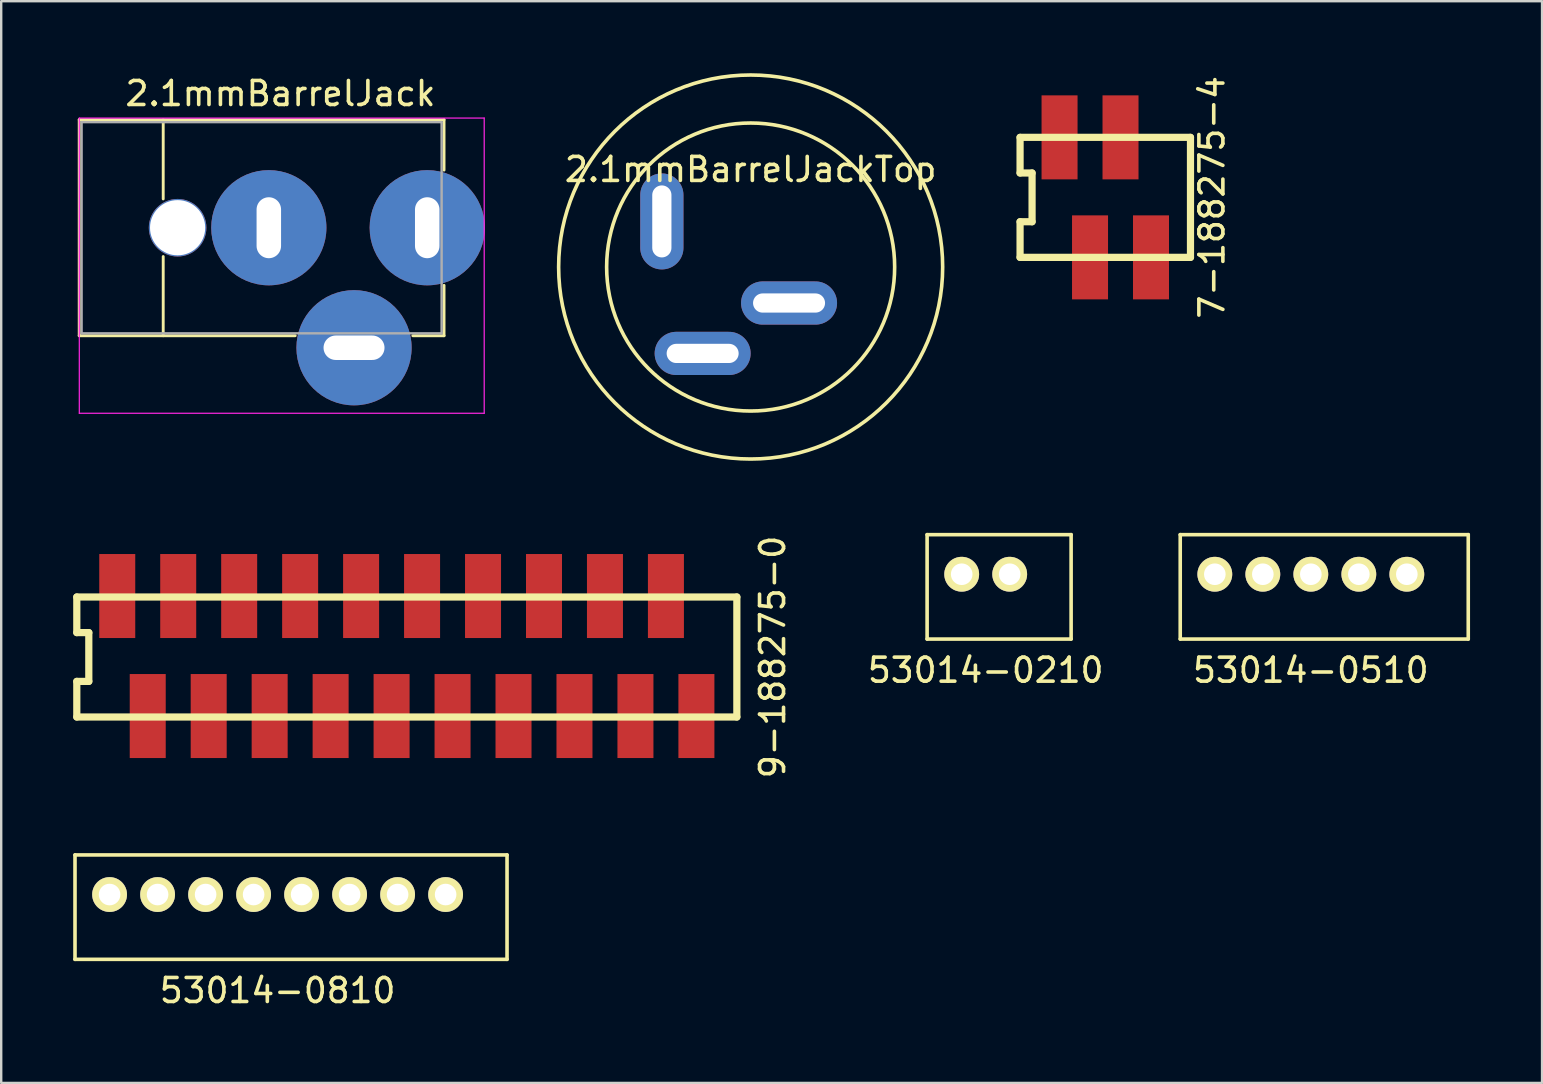
<source format=kicad_pcb>
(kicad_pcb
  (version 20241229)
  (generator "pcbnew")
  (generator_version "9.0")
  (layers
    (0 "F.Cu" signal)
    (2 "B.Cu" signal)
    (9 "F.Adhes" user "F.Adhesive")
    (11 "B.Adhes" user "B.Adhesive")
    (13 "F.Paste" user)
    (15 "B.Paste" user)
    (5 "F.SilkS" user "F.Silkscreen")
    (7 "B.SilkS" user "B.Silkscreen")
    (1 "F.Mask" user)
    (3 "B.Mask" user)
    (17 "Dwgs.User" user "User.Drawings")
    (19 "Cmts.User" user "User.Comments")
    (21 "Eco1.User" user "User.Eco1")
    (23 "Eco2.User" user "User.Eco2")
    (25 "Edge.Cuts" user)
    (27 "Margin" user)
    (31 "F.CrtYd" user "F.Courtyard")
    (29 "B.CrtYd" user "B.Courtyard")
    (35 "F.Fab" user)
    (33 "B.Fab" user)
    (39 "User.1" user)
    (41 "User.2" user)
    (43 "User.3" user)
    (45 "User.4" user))
  (footprint "7-188275-4"
    (layer "F.Cu")
    (at 43 5.173)
    (property "Reference" "7-188275-4" (at 4.445 0 90) (layer "F.SilkS") (effects (font (size 1 1) (thickness 0.15))))
    (attr through_hole)
    (fp_line (start -3.55 -2.5) (end 3.55 -2.5) (stroke (width 0.3) (type solid)) (layer "F.SilkS"))
    (fp_line (start -3.55 -1.016) (end -3.55 -2.5) (stroke (width 0.3) (type solid)) (layer "F.SilkS"))
    (fp_line (start -3.55 -1.016) (end -3.05 -1.016) (stroke (width 0.3) (type solid)) (layer "F.SilkS"))
    (fp_line (start -3.55 1.016) (end -3.55 2.5) (stroke (width 0.3) (type solid)) (layer "F.SilkS"))
    (fp_line (start -3.05 -1.016) (end -3.05 1.016) (stroke (width 0.3) (type solid)) (layer "F.SilkS"))
    (fp_line (start -3.05 1.016) (end -3.55 1.016) (stroke (width 0.3) (type solid)) (layer "F.SilkS"))
    (fp_line (start 3.55 -2.5) (end 3.55 2.5) (stroke (width 0.3) (type solid)) (layer "F.SilkS"))
    (fp_line (start 3.55 2.5) (end -3.55 2.5) (stroke (width 0.3) (type solid)) (layer "F.SilkS"))
    (pad "1" smd rect (at -1.905 -2.5) (size 1.5 3.5) (layers "F.Cu" "F.Mask" "F.Paste"))
    (pad "2" smd rect (at -0.635 2.5) (size 1.5 3.5) (layers "F.Cu" "F.Mask" "F.Paste"))
    (pad "3" smd rect (at 0.635 -2.5) (size 1.5 3.5) (layers "F.Cu" "F.Mask" "F.Paste"))
    (pad "4" smd rect (at 1.905 2.5) (size 1.5 3.5) (layers "F.Cu" "F.Mask" "F.Paste")))
  (footprint "53014-0810"
    (layer "F.Cu")
    (at 8.516 34.22)
    (property "Reference" "53014-0810" (at 0 4 0) (layer "F.SilkS") (effects (font (size 1 1) (thickness 0.15))))
    (attr through_hole)
    (fp_line (start -8.441 2.7) (end -8.441 -1.65) (stroke (width 0.15) (type solid)) (layer "F.SilkS"))
    (fp_line (start 9.559 -1.65) (end -8.441 -1.65) (stroke (width 0.15) (type solid)) (layer "F.SilkS"))
    (fp_line (start 9.559 -1.65) (end 9.559 2.7) (stroke (width 0.15) (type solid)) (layer "F.SilkS"))
    (fp_line (start 9.559 2.7) (end -8.441 2.7) (stroke (width 0.15) (type solid)) (layer "F.SilkS"))
    (pad "1" thru_hole circle (at -7 0) (size 1.45 1.45) (drill 0.9) (layers "*.Cu" "*.Mask" "F.SilkS"))
    (pad "2" thru_hole circle (at -5 0) (size 1.45 1.45) (drill 0.9) (layers "*.Cu" "*.Mask" "F.SilkS"))
    (pad "3" thru_hole circle (at -3 0) (size 1.45 1.45) (drill 0.9) (layers "*.Cu" "*.Mask" "F.SilkS"))
    (pad "4" thru_hole circle (at -1 0) (size 1.45 1.45) (drill 0.9) (layers "*.Cu" "*.Mask" "F.SilkS"))
    (pad "5" thru_hole circle (at 1 0) (size 1.45 1.45) (drill 0.9) (layers "*.Cu" "*.Mask" "F.SilkS"))
    (pad "6" thru_hole circle (at 3 0) (size 1.45 1.45) (drill 0.9) (layers "*.Cu" "*.Mask" "F.SilkS"))
    (pad "7" thru_hole circle (at 5 0) (size 1.45 1.45) (drill 0.9) (layers "*.Cu" "*.Mask" "F.SilkS"))
    (pad "8" thru_hole circle (at 7 0) (size 1.45 1.45) (drill 0.9) (layers "*.Cu" "*.Mask" "F.SilkS")))
  (footprint "2.1mmBarrelJackTop"
    (layer "F.Cu")
    (at 28.225 8.075)
    (property "Reference" "2.1mmBarrelJackTop" (at 0 -4.064 0) (layer "F.SilkS") (effects (font (size 1 1) (thickness 0.15))))
    (attr through_hole)
    (fp_circle (center 0 0) (end 6 0) (stroke (width 0.15) (type solid)) (fill no) (layer "F.SilkS"))
    (fp_circle (center 0 0) (end 8 0) (stroke (width 0.15) (type solid)) (fill no) (layer "F.SilkS"))
    (pad "1" thru_hole oval (at -3.7 -1.9) (size 1.8 4) (drill oval 0.8 3) (layers "*.Cu" "*.Mask"))
    (pad "2" thru_hole oval (at 1.6 1.5) (size 4 1.8) (drill oval 3 0.8) (layers "*.Cu" "*.Mask"))
    (pad "3" thru_hole oval (at -2 3.6) (size 4 1.8) (drill oval 3 0.8) (layers "*.Cu" "*.Mask")))
  (footprint "53014-0510"
    (layer "F.Cu")
    (at 51.564 20.875)
    (property "Reference" "53014-0510" (at 0 4 0) (layer "F.SilkS") (effects (font (size 1 1) (thickness 0.15))))
    (attr through_hole)
    (fp_line (start -5.441 2.7) (end -5.441 -1.65) (stroke (width 0.15) (type solid)) (layer "F.SilkS"))
    (fp_line (start 6.559 -1.65) (end -5.441 -1.65) (stroke (width 0.15) (type solid)) (layer "F.SilkS"))
    (fp_line (start 6.559 -1.65) (end 6.559 2.7) (stroke (width 0.15) (type solid)) (layer "F.SilkS"))
    (fp_line (start 6.559 2.7) (end -5.441 2.7) (stroke (width 0.15) (type solid)) (layer "F.SilkS"))
    (pad "1" thru_hole circle (at -4 0) (size 1.45 1.45) (drill 0.9) (layers "*.Cu" "*.Mask" "F.SilkS"))
    (pad "2" thru_hole circle (at -2 0) (size 1.45 1.45) (drill 0.9) (layers "*.Cu" "*.Mask" "F.SilkS"))
    (pad "3" thru_hole circle (at 0 0) (size 1.45 1.45) (drill 0.9) (layers "*.Cu" "*.Mask" "F.SilkS"))
    (pad "4" thru_hole circle (at 2 0) (size 1.45 1.45) (drill 0.9) (layers "*.Cu" "*.Mask" "F.SilkS"))
    (pad "5" thru_hole circle (at 4 0) (size 1.45 1.45) (drill 0.9) (layers "*.Cu" "*.Mask" "F.SilkS")))
  (footprint "9-188275-0"
    (layer "F.Cu")
    (at 13.9 24.323)
    (property "Reference" "9-188275-0" (at 15.24 0 90) (layer "F.SilkS") (effects (font (size 1 1) (thickness 0.15))))
    (attr through_hole)
    (fp_line (start -13.75 -2.5) (end 13.75 -2.5) (stroke (width 0.3) (type solid)) (layer "F.SilkS"))
    (fp_line (start -13.75 -1.016) (end -13.75 -2.5) (stroke (width 0.3) (type solid)) (layer "F.SilkS"))
    (fp_line (start -13.75 -1.016) (end -13.25 -1.016) (stroke (width 0.3) (type solid)) (layer "F.SilkS"))
    (fp_line (start -13.75 1.016) (end -13.75 2.5) (stroke (width 0.3) (type solid)) (layer "F.SilkS"))
    (fp_line (start -13.25 -1.016) (end -13.25 1.016) (stroke (width 0.3) (type solid)) (layer "F.SilkS"))
    (fp_line (start -13.25 1.016) (end -13.75 1.016) (stroke (width 0.3) (type solid)) (layer "F.SilkS"))
    (fp_line (start 13.75 -2.5) (end 13.75 2.5) (stroke (width 0.3) (type solid)) (layer "F.SilkS"))
    (fp_line (start 13.75 2.5) (end -13.75 2.5) (stroke (width 0.3) (type solid)) (layer "F.SilkS"))
    (pad "1" smd rect (at -12.065 -2.54) (size 1.5 3.5) (layers "F.Cu" "F.Mask" "F.Paste"))
    (pad "2" smd rect (at -10.795 2.46) (size 1.5 3.5) (layers "F.Cu" "F.Mask" "F.Paste"))
    (pad "3" smd rect (at -9.525 -2.54) (size 1.5 3.5) (layers "F.Cu" "F.Mask" "F.Paste"))
    (pad "4" smd rect (at -8.255 2.46) (size 1.5 3.5) (layers "F.Cu" "F.Mask" "F.Paste"))
    (pad "5" smd rect (at -6.985 -2.54) (size 1.5 3.5) (layers "F.Cu" "F.Mask" "F.Paste"))
    (pad "6" smd rect (at -5.715 2.46) (size 1.5 3.5) (layers "F.Cu" "F.Mask" "F.Paste"))
    (pad "7" smd rect (at -4.445 -2.54) (size 1.5 3.5) (layers "F.Cu" "F.Mask" "F.Paste"))
    (pad "8" smd rect (at -3.175 2.46) (size 1.5 3.5) (layers "F.Cu" "F.Mask" "F.Paste"))
    (pad "9" smd rect (at -1.905 -2.54) (size 1.5 3.5) (layers "F.Cu" "F.Mask" "F.Paste"))
    (pad "10" smd rect (at -0.635 2.46) (size 1.5 3.5) (layers "F.Cu" "F.Mask" "F.Paste"))
    (pad "11" smd rect (at 0.635 -2.54) (size 1.5 3.5) (layers "F.Cu" "F.Mask" "F.Paste"))
    (pad "12" smd rect (at 1.905 2.46) (size 1.5 3.5) (layers "F.Cu" "F.Mask" "F.Paste"))
    (pad "13" smd rect (at 3.175 -2.54) (size 1.5 3.5) (layers "F.Cu" "F.Mask" "F.Paste"))
    (pad "14" smd rect (at 4.445 2.46) (size 1.5 3.5) (layers "F.Cu" "F.Mask" "F.Paste"))
    (pad "15" smd rect (at 5.715 -2.54) (size 1.5 3.5) (layers "F.Cu" "F.Mask" "F.Paste"))
    (pad "16" smd rect (at 6.985 2.46) (size 1.5 3.5) (layers "F.Cu" "F.Mask" "F.Paste"))
    (pad "17" smd rect (at 8.255 -2.54) (size 1.5 3.5) (layers "F.Cu" "F.Mask" "F.Paste"))
    (pad "18" smd rect (at 9.525 2.46) (size 1.5 3.5) (layers "F.Cu" "F.Mask" "F.Paste"))
    (pad "19" smd rect (at 10.795 -2.54) (size 1.5 3.5) (layers "F.Cu" "F.Mask" "F.Paste"))
    (pad "20" smd rect (at 12.065 2.46) (size 1.5 3.5) (layers "F.Cu" "F.Mask" "F.Paste")))
  (footprint "2.1mmBarrelJack"
    (layer "F.Cu")
    (at 0.25 6.438)
    (property "Reference" "2.1mmBarrelJack" (at 8.384 -5.59 0) (layer "F.SilkS") (effects (font (size 1 1) (thickness 0.15))))
    (attr through_hole)
    (fp_line (start 0 -4.5) (end 15.2 -4.5) (stroke (width 0.12) (type solid)) (layer "F.SilkS"))
    (fp_line (start 0 4.5) (end 0 -4.5) (stroke (width 0.12) (type solid)) (layer "F.SilkS"))
    (fp_line (start 3.5 -4.5) (end 3.5 -1.2) (stroke (width 0.12) (type solid)) (layer "F.SilkS"))
    (fp_line (start 3.5 1.2) (end 3.5 4.5) (stroke (width 0.12) (type solid)) (layer "F.SilkS"))
    (fp_line (start 9 4.5) (end 0 4.5) (stroke (width 0.12) (type solid)) (layer "F.SilkS"))
    (fp_line (start 13.9 4.5) (end 15.2 4.5) (stroke (width 0.12) (type solid)) (layer "F.SilkS"))
    (fp_line (start 15.2 -4.5) (end 15.2 -2.4) (stroke (width 0.12) (type solid)) (layer "F.SilkS"))
    (fp_line (start 15.2 2.4) (end 15.2 4.5) (stroke (width 0.12) (type solid)) (layer "F.SilkS"))
    (fp_line (start 0.004 -4.57) (end 0.004 7.73) (stroke (width 0.05) (type solid)) (layer "F.CrtYd"))
    (fp_line (start 0.004 -4.57) (end 16.874 -4.57) (stroke (width 0.05) (type solid)) (layer "F.CrtYd"))
    (fp_line (start 16.874 7.73) (end 0.004 7.73) (stroke (width 0.05) (type solid)) (layer "F.CrtYd"))
    (fp_line (start 16.874 7.73) (end 16.874 -4.57) (stroke (width 0.05) (type solid)) (layer "F.CrtYd"))
    (fp_line (start 0.1 -4.4) (end 0.1 4.4) (stroke (width 0.1) (type solid)) (layer "F.Fab"))
    (fp_line (start 0.1 -4.4) (end 15.1 -4.4) (stroke (width 0.1) (type solid)) (layer "F.Fab"))
    (fp_line (start 0.1 4.4) (end 15.1 4.4) (stroke (width 0.1) (type solid)) (layer "F.Fab"))
    (fp_line (start 15.1 -4.4) (end 15.1 4.4) (stroke (width 0.1) (type solid)) (layer "F.Fab"))
    (pad "" thru_hole circle (at 4.1 0) (size 2.4 2.4) (drill 2.3) (layers "*.Cu" "*.Mask"))
    (pad "1" thru_hole circle (at 14.5 0) (size 4.8 4.8) (drill oval 1.02 2.54) (layers "*.Cu" "*.Mask"))
    (pad "2" thru_hole circle (at 7.9 0) (size 4.8 4.8) (drill oval 1.02 2.54) (layers "*.Cu" "*.Mask"))
    (pad "3" thru_hole circle (at 11.45 5) (size 4.8 4.8) (drill oval 2.54 1.02) (layers "*.Cu" "*.Mask")))
  (footprint "53014-0210"
    (layer "F.Cu")
    (at 38.018 20.875)
    (property "Reference" "53014-0210" (at 0 4 0) (layer "F.SilkS") (effects (font (size 1 1) (thickness 0.15))))
    (attr through_hole)
    (fp_line (start -2.441 -1.65) (end 3.559 -1.65) (stroke (width 0.15) (type solid)) (layer "F.SilkS"))
    (fp_line (start -2.441 2.7) (end -2.441 -1.65) (stroke (width 0.15) (type solid)) (layer "F.SilkS"))
    (fp_line (start -2.441 2.7) (end 3.559 2.7) (stroke (width 0.15) (type solid)) (layer "F.SilkS"))
    (fp_line (start 3.559 -1.65) (end 3.559 2.7) (stroke (width 0.15) (type solid)) (layer "F.SilkS"))
    (pad "1" thru_hole circle (at -1 0) (size 1.45 1.45) (drill 0.9) (layers "*.Cu" "*.Mask" "F.SilkS"))
    (pad "2" thru_hole circle (at 1 0) (size 1.45 1.45) (drill 0.9) (layers "*.Cu" "*.Mask" "F.SilkS")))
  (gr_rect
    (start -3 -3)
    (end 61.198 42.068)
    (stroke (width 0.1) (type default))
    (fill no)
    (layer "Edge.Cuts")))
</source>
